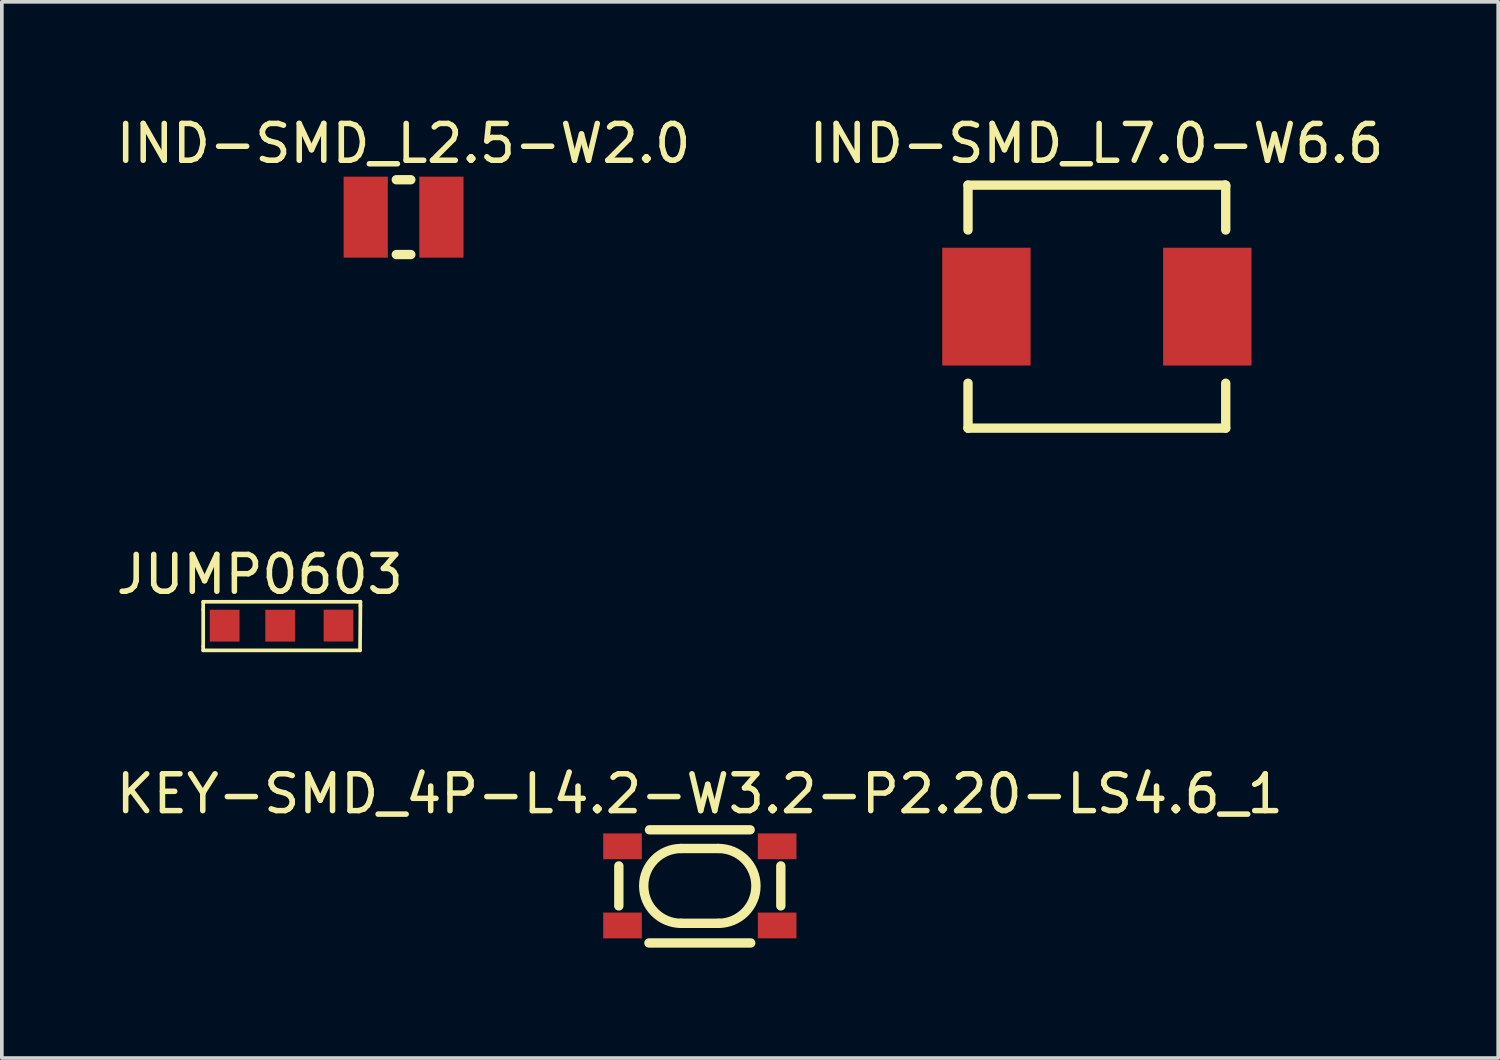
<source format=kicad_pcb>
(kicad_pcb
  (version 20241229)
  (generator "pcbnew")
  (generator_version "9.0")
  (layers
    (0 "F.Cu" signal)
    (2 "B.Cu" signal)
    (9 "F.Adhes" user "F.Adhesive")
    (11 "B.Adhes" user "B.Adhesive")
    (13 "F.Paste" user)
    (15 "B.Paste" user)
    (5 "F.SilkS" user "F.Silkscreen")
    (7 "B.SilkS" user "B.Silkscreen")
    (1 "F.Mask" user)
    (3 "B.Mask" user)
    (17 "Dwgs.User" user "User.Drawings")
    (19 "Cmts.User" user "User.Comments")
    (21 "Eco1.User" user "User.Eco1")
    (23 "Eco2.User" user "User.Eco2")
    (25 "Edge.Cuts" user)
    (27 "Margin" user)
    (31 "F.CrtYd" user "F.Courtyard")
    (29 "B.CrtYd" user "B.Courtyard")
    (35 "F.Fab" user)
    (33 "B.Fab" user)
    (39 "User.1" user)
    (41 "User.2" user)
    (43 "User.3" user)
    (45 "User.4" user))
  (footprint "IND-SMD_L2.5-W2.0"
    (layer "F.Cu")
    (at 7.911 2.848)
    (property "Reference" "IND-SMD_L2.5-W2.0" (at 0 -2 0) (layer "F.SilkS") (effects (font (size 1 1) (thickness 0.15))))
    (fp_line (start -0.197 1.016) (end 0.197 1.016) (stroke (width 0.254) (type default)) (layer "F.SilkS"))
    (fp_line (start 0.197 -1.016) (end -0.197 -1.016) (stroke (width 0.254) (type default)) (layer "F.SilkS"))
    (fp_poly (pts (xy -1.25 -1) (xy -0.45 -1) (xy -0.45 1) (xy -1.25 1)) (stroke (width 0.1) (type default)) (fill no) (layer "User.1"))
    (fp_poly (pts (xy 0.45 -1) (xy 1.25 -1) (xy 1.25 1) (xy 0.45 1)) (stroke (width 0.1) (type default)) (fill no) (layer "User.1"))
    (fp_line (start -1.25 -1) (end 1.25 -1) (stroke (width 0.051) (type default)) (layer "User.2"))
    (fp_line (start -1.25 1) (end -1.25 -1) (stroke (width 0.051) (type default)) (layer "User.2"))
    (fp_line (start 1.25 -1) (end 1.25 1) (stroke (width 0.051) (type default)) (layer "User.2"))
    (fp_line (start 1.25 1) (end -1.25 1) (stroke (width 0.051) (type default)) (layer "User.2"))
    (fp_poly (pts (xy -1.16 0.97) (xy -1.178 0.928) (xy -1.22 0.91) (xy -1.262 0.928) (xy -1.28 0.97) (xy -1.262 1.012) (xy -1.22 1.03) (xy -1.178 1.012)) (stroke (width 0.1) (type default)) (fill no) (layer "User.3"))
    (pad "1" smd rect (at 1.028 0) (size 1.2 2.2) (layers "F.Cu" "F.Mask" "F.Paste"))
    (pad "2" smd rect (at -1.028 0) (size 1.2 2.2) (layers "F.Cu" "F.Mask" "F.Paste")))
  (footprint "IND-SMD_L7.0-W6.6"
    (layer "F.Cu")
    (at 26.742 5.278)
    (property "Reference" "IND-SMD_L7.0-W6.6" (at -0.01 -4.43 0) (layer "F.SilkS") (effects (font (size 1 1) (thickness 0.15))))
    (fp_line (start -3.5 -3.3) (end 3.48 -3.3) (stroke (width 0.254) (type default)) (layer "F.SilkS"))
    (fp_line (start -3.5 -2.081) (end -3.5 -3.3) (stroke (width 0.254) (type default)) (layer "F.SilkS"))
    (fp_line (start -3.5 3.3) (end -3.5 2.081) (stroke (width 0.254) (type default)) (layer "F.SilkS"))
    (fp_line (start -3.49 3.3) (end -3.5 3.3) (stroke (width 0.254) (type default)) (layer "F.SilkS"))
    (fp_line (start 3.48 -3.3) (end 3.5 -3.28) (stroke (width 0.254) (type default)) (layer "F.SilkS"))
    (fp_line (start 3.5 -3.3) (end 3.5 -2.081) (stroke (width 0.254) (type default)) (layer "F.SilkS"))
    (fp_line (start 3.5 2.081) (end 3.5 3.3) (stroke (width 0.254) (type default)) (layer "F.SilkS"))
    (fp_line (start 3.5 3.3) (end -3.49 3.3) (stroke (width 0.254) (type default)) (layer "F.SilkS"))
    (fp_poly (pts (xy -1.9 1.5) (xy -3.5 1.5) (xy -3.5 -1.5) (xy -1.9 -1.5)) (stroke (width 0.1) (type default)) (fill no) (layer "User.1"))
    (fp_poly (pts (xy 1.9 -1.5) (xy 3.5 -1.5) (xy 3.5 1.5) (xy 1.9 1.5)) (stroke (width 0.1) (type default)) (fill no) (layer "User.1"))
    (fp_line (start -3.5 -3.3) (end 3.5 -3.3) (stroke (width 0.051) (type default)) (layer "User.2"))
    (fp_line (start -3.5 3.3) (end -3.5 -3.3) (stroke (width 0.051) (type default)) (layer "User.2"))
    (fp_line (start 3.5 -3.3) (end 3.5 3.3) (stroke (width 0.051) (type default)) (layer "User.2"))
    (fp_line (start 3.5 3.3) (end -3.5 3.3) (stroke (width 0.051) (type default)) (layer "User.2"))
    (fp_poly (pts (xy -3.44 3.3) (xy -3.458 3.258) (xy -3.5 3.24) (xy -3.542 3.258) (xy -3.56 3.3) (xy -3.542 3.342) (xy -3.5 3.36) (xy -3.458 3.342)) (stroke (width 0.1) (type default)) (fill no) (layer "User.3"))
    (pad "1" smd rect (at -3 0) (size 2.4 3.2) (layers "F.Cu" "F.Mask" "F.Paste"))
    (pad "2" smd rect (at 3 0) (size 2.4 3.2) (layers "F.Cu" "F.Mask" "F.Paste")))
  (footprint "KEY-SMD_4P-L4.2-W3.2-P2.20-LS4.6_1"
    (layer "F.Cu")
    (at 15.958 21.012)
    (property "Reference" "KEY-SMD_4P-L4.2-W3.2-P2.20-LS4.6_1" (at 0 -2.5 0) (layer "F.SilkS") (effects (font (size 1 1) (thickness 0.15))))
    (fp_line (start -2.2 -0.543) (end -2.2 0.543) (stroke (width 0.254) (type default)) (layer "F.SilkS"))
    (fp_line (start -1.382 1.55) (end 1.382 1.55) (stroke (width 0.254) (type default)) (layer "F.SilkS"))
    (fp_line (start -0.508 -1.016) (end 0.508 -1.016) (stroke (width 0.254) (type default)) (layer "F.SilkS"))
    (fp_line (start -0.508 1.016) (end 0.508 1.016) (stroke (width 0.254) (type default)) (layer "F.SilkS"))
    (fp_line (start 1.367 -1.524) (end -1.367 -1.524) (stroke (width 0.254) (type default)) (layer "F.SilkS"))
    (fp_line (start 2.2 -0.543) (end 2.2 0.543) (stroke (width 0.254) (type default)) (layer "F.SilkS"))
    (fp_arc (start -0.508 1.016) (mid -1.524 0) (end -0.508 -1.016) (stroke (width 0.254) (type default)) (layer "F.SilkS"))
    (fp_arc (start 0.508 -1.016) (mid 1.524 0) (end 0.508 1.016) (stroke (width 0.254) (type default)) (layer "F.SilkS"))
    (fp_poly (pts (xy -2.349 -1.349) (xy -1.651 -1.349) (xy -1.651 -0.8) (xy -2.349 -0.8)) (stroke (width 0.1) (type default)) (fill no) (layer "User.1"))
    (fp_poly (pts (xy -2.349 0.8) (xy -1.651 0.8) (xy -1.651 1.349) (xy -2.349 1.349)) (stroke (width 0.1) (type default)) (fill no) (layer "User.1"))
    (fp_poly (pts (xy 1.651 -1.349) (xy 2.352 -1.349) (xy 2.352 -0.8) (xy 1.651 -0.8)) (stroke (width 0.1) (type default)) (fill no) (layer "User.1"))
    (fp_poly (pts (xy 1.651 0.8) (xy 2.352 0.8) (xy 2.352 1.349) (xy 1.651 1.349)) (stroke (width 0.1) (type default)) (fill no) (layer "User.1"))
    (fp_line (start -2.1 -1.6) (end 2.1 -1.6) (stroke (width 0.051) (type default)) (layer "User.2"))
    (fp_line (start -2.1 1.6) (end -2.1 -1.6) (stroke (width 0.051) (type default)) (layer "User.2"))
    (fp_line (start 2.1 -1.6) (end 2.1 1.6) (stroke (width 0.051) (type default)) (layer "User.2"))
    (fp_line (start 2.1 1.6) (end -2.1 1.6) (stroke (width 0.051) (type default)) (layer "User.2"))
    (fp_poly (pts (xy -2.237 -1.6) (xy -2.255 -1.643) (xy -2.299 -1.661) (xy -2.342 -1.643) (xy -2.36 -1.6) (xy -2.342 -1.557) (xy -2.299 -1.539) (xy -2.255 -1.557)) (stroke (width 0.1) (type default)) (fill no) (layer "User.3"))
    (pad "1" smd rect (at -2.1 -1.075) (size 1.049 0.701) (layers "F.Cu" "F.Mask" "F.Paste"))
    (pad "2" smd rect (at 2.1 -1.075) (size 1.049 0.701) (layers "F.Cu" "F.Mask" "F.Paste"))
    (pad "3" smd rect (at -2.1 1.075) (size 1.049 0.701) (layers "F.Cu" "F.Mask" "F.Paste"))
    (pad "4" smd rect (at 2.1 1.075) (size 1.049 0.701) (layers "F.Cu" "F.Mask" "F.Paste")))
  (footprint "JUMP0603"
    (layer "F.Cu")
    (at 4.559 13.944)
    (property "Reference" "JUMP0603" (at -0.553 -1.39 0) (layer "F.SilkS") (effects (font (size 1 1) (thickness 0.15))))
    (fp_line (start -2.09 -0.44) (end -2.09 -0.65) (stroke (width 0.1) (type default)) (layer "F.SilkS"))
    (fp_line (start -2.09 -0.44) (end -2.09 0.56) (stroke (width 0.1) (type default)) (layer "F.SilkS"))
    (fp_line (start -2.09 0.56) (end -2.09 0.67) (stroke (width 0.1) (type default)) (layer "F.SilkS"))
    (fp_line (start -2.09 0.67) (end 2.17 0.67) (stroke (width 0.1) (type default)) (layer "F.SilkS"))
    (fp_line (start 2.17 0.67) (end 2.18 -0.54) (stroke (width 0.1) (type default)) (layer "F.SilkS"))
    (fp_line (start 2.18 -0.65) (end -2.09 -0.65) (stroke (width 0.1) (type default)) (layer "F.SilkS"))
    (fp_line (start 2.18 -0.54) (end 2.18 -0.65) (stroke (width 0.1) (type default)) (layer "F.SilkS"))
    (fp_poly (pts (xy -1.948 0.45) (xy -1.149 0.45) (xy -1.099 0.4) (xy -1.099 0.172) (xy -1.468 0.172) (xy -1.468 -0.158) (xy -1.099 -0.158) (xy -1.099 -0.4) (xy -1.149 -0.45) (xy -1.948 -0.45) (xy -1.998 -0.4) (xy -1.998 0.4)) (stroke (width 0) (type default)) (fill yes) (layer "F.Paste"))
    (fp_poly (pts (xy -0.394 0.448) (xy 0.406 0.448) (xy 0.457 0.398) (xy 0.457 0.17) (xy 0.457 0.18) (xy 0.457 -0.15) (xy 0.457 -0.16) (xy 0.457 -0.402) (xy 0.406 -0.452) (xy -0.394 -0.452) (xy -0.444 -0.402) (xy -0.444 0.398)) (stroke (width 0) (type default)) (fill yes) (layer "F.Paste"))
    (fp_poly (pts (xy 2.026 -0.452) (xy 1.226 -0.452) (xy 1.177 -0.402) (xy 1.177 -0.174) (xy 1.546 -0.174) (xy 1.546 0.156) (xy 1.177 0.156) (xy 1.177 0.398) (xy 1.226 0.448) (xy 2.026 0.448) (xy 2.076 0.398) (xy 2.076 -0.402)) (stroke (width 0) (type default)) (fill yes) (layer "F.Paste"))
    (fp_poly (pts (xy -1.554 0.4) (xy -1.554 -0.4) (xy -1.254 -0.4) (xy -1.254 0.4)) (stroke (width 0.1) (type default)) (fill no) (layer "User.1"))
    (fp_poly (pts (xy 0.046 0.4) (xy 0.046 -0.4) (xy -0.254 -0.4) (xy -0.254 0.4)) (stroke (width 0.1) (type default)) (fill no) (layer "User.1"))
    (fp_line (start -1.554 0.4) (end -1.554 -0.4) (stroke (width 0.051) (type default)) (layer "User.2"))
    (fp_line (start 1.631 -0.402) (end 1.631 0.398) (stroke (width 0.051) (type default)) (layer "User.2"))
    (fp_poly (pts (xy -1.494 0.4) (xy -1.511 0.358) (xy -1.554 0.34) (xy -1.596 0.358) (xy -1.613 0.4) (xy -1.596 0.442) (xy -1.554 0.46) (xy -1.511 0.442)) (stroke (width 0.1) (type default)) (fill no) (layer "User.3"))
    (fp_poly (pts (xy 0.091 0.398) (xy 0.074 0.356) (xy 0.032 0.338) (xy -0.011 0.356) (xy -0.029 0.398) (xy -0.011 0.44) (xy 0.032 0.458) (xy 0.074 0.44)) (stroke (width 0.1) (type default)) (fill no) (layer "User.3"))
    (pad "1" smd rect (at -1.507 0) (size 0.806 0.864) (layers "F.Cu" "F.Mask" "F.Paste"))
    (pad "2" smd rect (at 1.585 -0.002) (size 0.806 0.864) (layers "F.Cu" "F.Mask" "F.Paste"))
    (pad "3" smd rect (at 0 0) (size 0.806 0.864) (layers "F.Cu" "F.Mask" "F.Paste")))
  (gr_rect
    (start -3 -3)
    (end 37.643 25.688)
    (stroke (width 0.1) (type default))
    (fill no)
    (layer "Edge.Cuts")))
</source>
